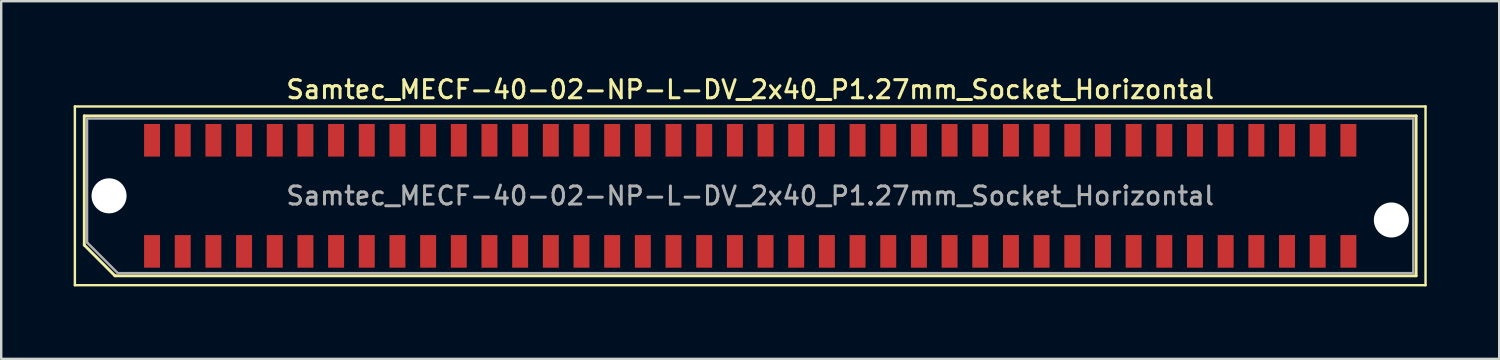
<source format=kicad_pcb>
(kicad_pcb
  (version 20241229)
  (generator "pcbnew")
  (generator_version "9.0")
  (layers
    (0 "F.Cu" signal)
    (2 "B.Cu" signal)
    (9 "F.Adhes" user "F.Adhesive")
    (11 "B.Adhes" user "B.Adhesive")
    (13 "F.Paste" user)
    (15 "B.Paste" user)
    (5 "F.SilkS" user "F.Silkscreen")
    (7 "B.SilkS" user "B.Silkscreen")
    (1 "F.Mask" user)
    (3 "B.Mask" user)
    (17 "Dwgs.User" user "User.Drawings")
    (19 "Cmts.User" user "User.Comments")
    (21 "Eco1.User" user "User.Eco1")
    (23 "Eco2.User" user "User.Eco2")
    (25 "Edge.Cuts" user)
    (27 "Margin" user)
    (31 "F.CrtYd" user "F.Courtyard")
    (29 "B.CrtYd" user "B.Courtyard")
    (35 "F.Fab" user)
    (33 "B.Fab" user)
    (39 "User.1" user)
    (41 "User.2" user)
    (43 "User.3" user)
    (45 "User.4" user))
  (footprint "Samtec_MECF-40-02-NP-L-DV_2x40_P1.27mm_Socket_Horizontal"
    (layer "F.Cu")
    (at 28.01 5.058)
    (property "Reference" "Samtec_MECF-40-02-NP-L-DV_2x40_P1.27mm_Socket_Horizontal" (at 0 -4.4 0) (layer "F.SilkS") (effects (font (size 0.75 0.75) (thickness 0.125))))
    (attr smd)
    (fp_line (start -27.96 -3.7) (end -27.96 3.7) (stroke (width 0.1) (type solid)) (layer "F.SilkS"))
    (fp_line (start -27.96 3.7) (end 27.96 3.7) (stroke (width 0.1) (type solid)) (layer "F.SilkS"))
    (fp_line (start -27.57 -3.31) (end 27.57 -3.31) (stroke (width 0.12) (type solid)) (layer "F.SilkS"))
    (fp_line (start -27.57 2.04) (end -27.57 -3.31) (stroke (width 0.12) (type solid)) (layer "F.SilkS"))
    (fp_line (start -26.3 3.31) (end -27.57 2.04) (stroke (width 0.12) (type solid)) (layer "F.SilkS"))
    (fp_line (start -26.3 3.31) (end 27.57 3.31) (stroke (width 0.12) (type solid)) (layer "F.SilkS"))
    (fp_line (start 27.57 3.31) (end 27.57 -3.31) (stroke (width 0.12) (type solid)) (layer "F.SilkS"))
    (fp_line (start 27.96 -3.7) (end -27.96 -3.7) (stroke (width 0.1) (type solid)) (layer "F.SilkS"))
    (fp_line (start 27.96 3.7) (end 27.96 -3.7) (stroke (width 0.1) (type solid)) (layer "F.SilkS"))
    (fp_line (start -27.455 -3.2) (end 27.455 -3.2) (stroke (width 0.1) (type solid)) (layer "F.Fab"))
    (fp_line (start -27.455 1.93) (end -27.455 -3.2) (stroke (width 0.1) (type solid)) (layer "F.Fab"))
    (fp_line (start -27.455 1.93) (end -26.185 3.2) (stroke (width 0.1) (type solid)) (layer "F.Fab"))
    (fp_line (start -26.185 3.2) (end 27.455 3.2) (stroke (width 0.1) (type solid)) (layer "F.Fab"))
    (fp_line (start 27.455 3.2) (end 27.455 -3.2) (stroke (width 0.1) (type solid)) (layer "F.Fab"))
    (fp_text user "${REFERENCE}" (at 0 0 0) (layer "F.Fab") (effects (font (size 0.75 0.75) (thickness 0.125))))
    (pad "" np_thru_hole circle (at -26.545 0) (size 1.45 1.45) (drill 1.45) (layers "*.Cu" "*.Mask"))
    (pad "" np_thru_hole circle (at 26.545 1) (size 1.45 1.45) (drill 1.45) (layers "*.Cu" "*.Mask"))
    (pad "1" smd rect (at -24.765 2.3) (size 0.66 1.35) (layers "F.Cu" "F.Mask" "F.Paste"))
    (pad "2" smd rect (at -24.765 -2.3) (size 0.66 1.35) (layers "F.Cu" "F.Mask" "F.Paste"))
    (pad "3" smd rect (at -23.495 2.3) (size 0.66 1.35) (layers "F.Cu" "F.Mask" "F.Paste"))
    (pad "4" smd rect (at -23.495 -2.3) (size 0.66 1.35) (layers "F.Cu" "F.Mask" "F.Paste"))
    (pad "5" smd rect (at -22.225 2.3) (size 0.66 1.35) (layers "F.Cu" "F.Mask" "F.Paste"))
    (pad "6" smd rect (at -22.225 -2.3) (size 0.66 1.35) (layers "F.Cu" "F.Mask" "F.Paste"))
    (pad "7" smd rect (at -20.955 2.3) (size 0.66 1.35) (layers "F.Cu" "F.Mask" "F.Paste"))
    (pad "8" smd rect (at -20.955 -2.3) (size 0.66 1.35) (layers "F.Cu" "F.Mask" "F.Paste"))
    (pad "9" smd rect (at -19.685 2.3) (size 0.66 1.35) (layers "F.Cu" "F.Mask" "F.Paste"))
    (pad "10" smd rect (at -19.685 -2.3) (size 0.66 1.35) (layers "F.Cu" "F.Mask" "F.Paste"))
    (pad "11" smd rect (at -18.415 2.3) (size 0.66 1.35) (layers "F.Cu" "F.Mask" "F.Paste"))
    (pad "12" smd rect (at -18.415 -2.3) (size 0.66 1.35) (layers "F.Cu" "F.Mask" "F.Paste"))
    (pad "13" smd rect (at -17.145 2.3) (size 0.66 1.35) (layers "F.Cu" "F.Mask" "F.Paste"))
    (pad "14" smd rect (at -17.145 -2.3) (size 0.66 1.35) (layers "F.Cu" "F.Mask" "F.Paste"))
    (pad "15" smd rect (at -15.875 2.3) (size 0.66 1.35) (layers "F.Cu" "F.Mask" "F.Paste"))
    (pad "16" smd rect (at -15.875 -2.3) (size 0.66 1.35) (layers "F.Cu" "F.Mask" "F.Paste"))
    (pad "17" smd rect (at -14.605 2.3) (size 0.66 1.35) (layers "F.Cu" "F.Mask" "F.Paste"))
    (pad "18" smd rect (at -14.605 -2.3) (size 0.66 1.35) (layers "F.Cu" "F.Mask" "F.Paste"))
    (pad "19" smd rect (at -13.335 2.3) (size 0.66 1.35) (layers "F.Cu" "F.Mask" "F.Paste"))
    (pad "20" smd rect (at -13.335 -2.3) (size 0.66 1.35) (layers "F.Cu" "F.Mask" "F.Paste"))
    (pad "21" smd rect (at -12.065 2.3) (size 0.66 1.35) (layers "F.Cu" "F.Mask" "F.Paste"))
    (pad "22" smd rect (at -12.065 -2.3) (size 0.66 1.35) (layers "F.Cu" "F.Mask" "F.Paste"))
    (pad "23" smd rect (at -10.795 2.3) (size 0.66 1.35) (layers "F.Cu" "F.Mask" "F.Paste"))
    (pad "24" smd rect (at -10.795 -2.3) (size 0.66 1.35) (layers "F.Cu" "F.Mask" "F.Paste"))
    (pad "25" smd rect (at -9.525 2.3) (size 0.66 1.35) (layers "F.Cu" "F.Mask" "F.Paste"))
    (pad "26" smd rect (at -9.525 -2.3) (size 0.66 1.35) (layers "F.Cu" "F.Mask" "F.Paste"))
    (pad "27" smd rect (at -8.255 2.3) (size 0.66 1.35) (layers "F.Cu" "F.Mask" "F.Paste"))
    (pad "28" smd rect (at -8.255 -2.3) (size 0.66 1.35) (layers "F.Cu" "F.Mask" "F.Paste"))
    (pad "29" smd rect (at -6.985 2.3) (size 0.66 1.35) (layers "F.Cu" "F.Mask" "F.Paste"))
    (pad "30" smd rect (at -6.985 -2.3) (size 0.66 1.35) (layers "F.Cu" "F.Mask" "F.Paste"))
    (pad "31" smd rect (at -5.715 2.3) (size 0.66 1.35) (layers "F.Cu" "F.Mask" "F.Paste"))
    (pad "32" smd rect (at -5.715 -2.3) (size 0.66 1.35) (layers "F.Cu" "F.Mask" "F.Paste"))
    (pad "33" smd rect (at -4.445 2.3) (size 0.66 1.35) (layers "F.Cu" "F.Mask" "F.Paste"))
    (pad "34" smd rect (at -4.445 -2.3) (size 0.66 1.35) (layers "F.Cu" "F.Mask" "F.Paste"))
    (pad "35" smd rect (at -3.175 2.3) (size 0.66 1.35) (layers "F.Cu" "F.Mask" "F.Paste"))
    (pad "36" smd rect (at -3.175 -2.3) (size 0.66 1.35) (layers "F.Cu" "F.Mask" "F.Paste"))
    (pad "37" smd rect (at -1.905 2.3) (size 0.66 1.35) (layers "F.Cu" "F.Mask" "F.Paste"))
    (pad "38" smd rect (at -1.905 -2.3) (size 0.66 1.35) (layers "F.Cu" "F.Mask" "F.Paste"))
    (pad "39" smd rect (at -0.635 2.3) (size 0.66 1.35) (layers "F.Cu" "F.Mask" "F.Paste"))
    (pad "40" smd rect (at -0.635 -2.3) (size 0.66 1.35) (layers "F.Cu" "F.Mask" "F.Paste"))
    (pad "41" smd rect (at 0.635 2.3) (size 0.66 1.35) (layers "F.Cu" "F.Mask" "F.Paste"))
    (pad "42" smd rect (at 0.635 -2.3) (size 0.66 1.35) (layers "F.Cu" "F.Mask" "F.Paste"))
    (pad "43" smd rect (at 1.905 2.3) (size 0.66 1.35) (layers "F.Cu" "F.Mask" "F.Paste"))
    (pad "44" smd rect (at 1.905 -2.3) (size 0.66 1.35) (layers "F.Cu" "F.Mask" "F.Paste"))
    (pad "45" smd rect (at 3.175 2.3) (size 0.66 1.35) (layers "F.Cu" "F.Mask" "F.Paste"))
    (pad "46" smd rect (at 3.175 -2.3) (size 0.66 1.35) (layers "F.Cu" "F.Mask" "F.Paste"))
    (pad "47" smd rect (at 4.445 2.3) (size 0.66 1.35) (layers "F.Cu" "F.Mask" "F.Paste"))
    (pad "48" smd rect (at 4.445 -2.3) (size 0.66 1.35) (layers "F.Cu" "F.Mask" "F.Paste"))
    (pad "49" smd rect (at 5.715 2.3) (size 0.66 1.35) (layers "F.Cu" "F.Mask" "F.Paste"))
    (pad "50" smd rect (at 5.715 -2.3) (size 0.66 1.35) (layers "F.Cu" "F.Mask" "F.Paste"))
    (pad "51" smd rect (at 6.985 2.3) (size 0.66 1.35) (layers "F.Cu" "F.Mask" "F.Paste"))
    (pad "52" smd rect (at 6.985 -2.3) (size 0.66 1.35) (layers "F.Cu" "F.Mask" "F.Paste"))
    (pad "53" smd rect (at 8.255 2.3) (size 0.66 1.35) (layers "F.Cu" "F.Mask" "F.Paste"))
    (pad "54" smd rect (at 8.255 -2.3) (size 0.66 1.35) (layers "F.Cu" "F.Mask" "F.Paste"))
    (pad "55" smd rect (at 9.525 2.3) (size 0.66 1.35) (layers "F.Cu" "F.Mask" "F.Paste"))
    (pad "56" smd rect (at 9.525 -2.3) (size 0.66 1.35) (layers "F.Cu" "F.Mask" "F.Paste"))
    (pad "57" smd rect (at 10.795 2.3) (size 0.66 1.35) (layers "F.Cu" "F.Mask" "F.Paste"))
    (pad "58" smd rect (at 10.795 -2.3) (size 0.66 1.35) (layers "F.Cu" "F.Mask" "F.Paste"))
    (pad "59" smd rect (at 12.065 2.3) (size 0.66 1.35) (layers "F.Cu" "F.Mask" "F.Paste"))
    (pad "60" smd rect (at 12.065 -2.3) (size 0.66 1.35) (layers "F.Cu" "F.Mask" "F.Paste"))
    (pad "61" smd rect (at 13.335 2.3) (size 0.66 1.35) (layers "F.Cu" "F.Mask" "F.Paste"))
    (pad "62" smd rect (at 13.335 -2.3) (size 0.66 1.35) (layers "F.Cu" "F.Mask" "F.Paste"))
    (pad "63" smd rect (at 14.605 2.3) (size 0.66 1.35) (layers "F.Cu" "F.Mask" "F.Paste"))
    (pad "64" smd rect (at 14.605 -2.3) (size 0.66 1.35) (layers "F.Cu" "F.Mask" "F.Paste"))
    (pad "65" smd rect (at 15.875 2.3) (size 0.66 1.35) (layers "F.Cu" "F.Mask" "F.Paste"))
    (pad "66" smd rect (at 15.875 -2.3) (size 0.66 1.35) (layers "F.Cu" "F.Mask" "F.Paste"))
    (pad "67" smd rect (at 17.145 2.3) (size 0.66 1.35) (layers "F.Cu" "F.Mask" "F.Paste"))
    (pad "68" smd rect (at 17.145 -2.3) (size 0.66 1.35) (layers "F.Cu" "F.Mask" "F.Paste"))
    (pad "69" smd rect (at 18.415 2.3) (size 0.66 1.35) (layers "F.Cu" "F.Mask" "F.Paste"))
    (pad "70" smd rect (at 18.415 -2.3) (size 0.66 1.35) (layers "F.Cu" "F.Mask" "F.Paste"))
    (pad "71" smd rect (at 19.685 2.3) (size 0.66 1.35) (layers "F.Cu" "F.Mask" "F.Paste"))
    (pad "72" smd rect (at 19.685 -2.3) (size 0.66 1.35) (layers "F.Cu" "F.Mask" "F.Paste"))
    (pad "73" smd rect (at 20.955 2.3) (size 0.66 1.35) (layers "F.Cu" "F.Mask" "F.Paste"))
    (pad "74" smd rect (at 20.955 -2.3) (size 0.66 1.35) (layers "F.Cu" "F.Mask" "F.Paste"))
    (pad "75" smd rect (at 22.225 2.3) (size 0.66 1.35) (layers "F.Cu" "F.Mask" "F.Paste"))
    (pad "76" smd rect (at 22.225 -2.3) (size 0.66 1.35) (layers "F.Cu" "F.Mask" "F.Paste"))
    (pad "77" smd rect (at 23.495 2.3) (size 0.66 1.35) (layers "F.Cu" "F.Mask" "F.Paste"))
    (pad "78" smd rect (at 23.495 -2.3) (size 0.66 1.35) (layers "F.Cu" "F.Mask" "F.Paste"))
    (pad "79" smd rect (at 24.765 2.3) (size 0.66 1.35) (layers "F.Cu" "F.Mask" "F.Paste"))
    (pad "80" smd rect (at 24.765 -2.3) (size 0.66 1.35) (layers "F.Cu" "F.Mask" "F.Paste")))
  (gr_rect
    (start -3 -3)
    (end 59.02 11.808)
    (stroke (width 0.1) (type default))
    (fill no)
    (layer "Edge.Cuts")))
</source>
